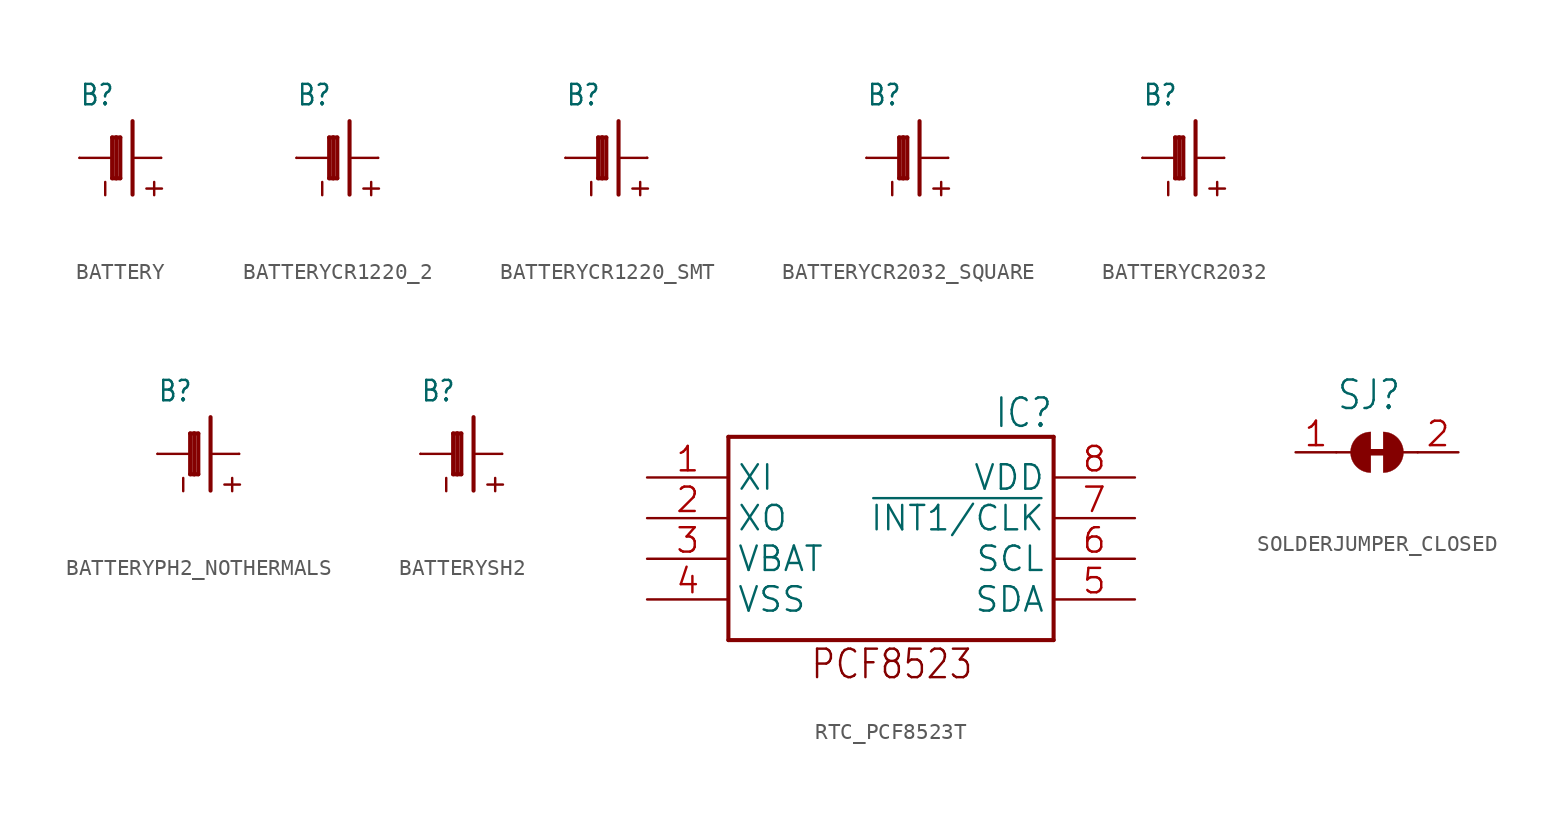
<source format=kicad_sym>
(kicad_symbol_lib
  (version 20241209)
  (generator "kicad_symbol_editor")
  (generator_version "9.0")
  (symbol "BATTERY"
    (property "Reference" "B"
      (at -2.54 3.175 0)
      (effects (font (size 1.27 1.079)) (justify left bottom)))
    (property "Value" ""
      (at -2.54 -5.08 0)
      (effects (font (size 1.27 1.079)) (justify left bottom)))
    (property "ki_locked" ""
      (at 0 0 0)
      (effects (font (size 1.27 1.27))))
    (symbol "BATTERY_1_0"
      (polyline (pts (xy -2.54 0) (xy -0.635 0)) (stroke (width 0.152) (type solid)) (fill (type none)))
      (polyline (pts (xy -0.508 1.27) (xy -0.254 1.27)) (stroke (width 0.254) (type solid)) (fill (type none)))
      (polyline (pts (xy -0.508 -1.27) (xy -0.508 1.27)) (stroke (width 0.254) (type solid)) (fill (type none)))
      (polyline (pts (xy -0.254 1.27) (xy -0.254 -1.27)) (stroke (width 0.254) (type solid)) (fill (type none)))
      (polyline (pts (xy -0.254 1.27) (xy 0 1.27)) (stroke (width 0.254) (type solid)) (fill (type none)))
      (polyline (pts (xy -0.254 -1.27) (xy -0.508 -1.27)) (stroke (width 0.254) (type solid)) (fill (type none)))
      (polyline (pts (xy 0 1.27) (xy 0 -1.27)) (stroke (width 0.254) (type solid)) (fill (type none)))
      (polyline (pts (xy 0 -1.27) (xy -0.254 -1.27)) (stroke (width 0.254) (type solid)) (fill (type none)))
      (polyline (pts (xy 0.762 2.286) (xy 0.762 -2.286)) (stroke (width 0.254) (type solid)) (fill (type none)))
      (polyline (pts (xy 0.889 0) (xy 2.54 0)) (stroke (width 0.152) (type solid)) (fill (type none)))
      (text "-" (at -1.778 -1.143 900) (effects (font (size 1.27 1.079)) (justify right top)))
      (text "+" (at 1.27 -1.143 900) (effects (font (size 1.27 1.079)) (justify right top)))
      (pin passive line (at -2.54 0 0) (length 0) (name "-" (effects (font (size 0 0)))) (number "1" (effects (font (size 0 0)))))
      (pin passive line (at 2.54 0 180) (length 0) (name "+" (effects (font (size 0 0)))) (number "2" (effects (font (size 0 0)))))))
  (symbol "BATTERYCR1220_2"
    (property "Reference" "B"
      (at -2.54 3.175 0)
      (effects (font (size 1.27 1.079)) (justify left bottom)))
    (property "Value" ""
      (at -2.54 -5.08 0)
      (effects (font (size 1.27 1.079)) (justify left bottom)))
    (property "ki_locked" ""
      (at 0 0 0)
      (effects (font (size 1.27 1.27))))
    (symbol "BATTERYCR1220_2_1_0"
      (polyline (pts (xy -2.54 0) (xy -0.635 0)) (stroke (width 0.152) (type solid)) (fill (type none)))
      (polyline (pts (xy -0.508 1.27) (xy -0.254 1.27)) (stroke (width 0.254) (type solid)) (fill (type none)))
      (polyline (pts (xy -0.508 -1.27) (xy -0.508 1.27)) (stroke (width 0.254) (type solid)) (fill (type none)))
      (polyline (pts (xy -0.254 1.27) (xy -0.254 -1.27)) (stroke (width 0.254) (type solid)) (fill (type none)))
      (polyline (pts (xy -0.254 1.27) (xy 0 1.27)) (stroke (width 0.254) (type solid)) (fill (type none)))
      (polyline (pts (xy -0.254 -1.27) (xy -0.508 -1.27)) (stroke (width 0.254) (type solid)) (fill (type none)))
      (polyline (pts (xy 0 1.27) (xy 0 -1.27)) (stroke (width 0.254) (type solid)) (fill (type none)))
      (polyline (pts (xy 0 -1.27) (xy -0.254 -1.27)) (stroke (width 0.254) (type solid)) (fill (type none)))
      (polyline (pts (xy 0.762 2.286) (xy 0.762 -2.286)) (stroke (width 0.254) (type solid)) (fill (type none)))
      (polyline (pts (xy 0.889 0) (xy 2.54 0)) (stroke (width 0.152) (type solid)) (fill (type none)))
      (text "-" (at -1.778 -1.143 900) (effects (font (size 1.27 1.079)) (justify right top)))
      (text "+" (at 1.27 -1.143 900) (effects (font (size 1.27 1.079)) (justify right top)))
      (pin passive line (at -2.54 0 0) (length 0) (name "-" (effects (font (size 0 0)))) (number "-" (effects (font (size 0 0)))))
      (pin passive line (at 2.54 0 180) (length 0) (name "+" (effects (font (size 0 0)))) (number "+" (effects (font (size 0 0)))))))
  (symbol "BATTERYCR1220_SMT"
    (property "Reference" "B"
      (at -2.54 3.175 0)
      (effects (font (size 1.27 1.079)) (justify left bottom)))
    (property "Value" ""
      (at -2.54 -5.08 0)
      (effects (font (size 1.27 1.079)) (justify left bottom)))
    (property "ki_locked" ""
      (at 0 0 0)
      (effects (font (size 1.27 1.27))))
    (symbol "BATTERYCR1220_SMT_1_0"
      (polyline (pts (xy -2.54 0) (xy -0.635 0)) (stroke (width 0.152) (type solid)) (fill (type none)))
      (polyline (pts (xy -0.508 1.27) (xy -0.254 1.27)) (stroke (width 0.254) (type solid)) (fill (type none)))
      (polyline (pts (xy -0.508 -1.27) (xy -0.508 1.27)) (stroke (width 0.254) (type solid)) (fill (type none)))
      (polyline (pts (xy -0.254 1.27) (xy -0.254 -1.27)) (stroke (width 0.254) (type solid)) (fill (type none)))
      (polyline (pts (xy -0.254 1.27) (xy 0 1.27)) (stroke (width 0.254) (type solid)) (fill (type none)))
      (polyline (pts (xy -0.254 -1.27) (xy -0.508 -1.27)) (stroke (width 0.254) (type solid)) (fill (type none)))
      (polyline (pts (xy 0 1.27) (xy 0 -1.27)) (stroke (width 0.254) (type solid)) (fill (type none)))
      (polyline (pts (xy 0 -1.27) (xy -0.254 -1.27)) (stroke (width 0.254) (type solid)) (fill (type none)))
      (polyline (pts (xy 0.762 2.286) (xy 0.762 -2.286)) (stroke (width 0.254) (type solid)) (fill (type none)))
      (polyline (pts (xy 0.889 0) (xy 2.54 0)) (stroke (width 0.152) (type solid)) (fill (type none)))
      (text "-" (at -1.778 -1.143 900) (effects (font (size 1.27 1.079)) (justify right top)))
      (text "+" (at 1.27 -1.143 900) (effects (font (size 1.27 1.079)) (justify right top)))
      (pin passive line (at -2.54 0 0) (length 0) (name "-" (effects (font (size 0 0)))) (number "-" (effects (font (size 0 0)))))
      (pin passive line (at 2.54 0 180) (length 0) (name "+" (effects (font (size 0 0)))) (number "+$1" (effects (font (size 0 0)))))
      (pin passive line (at 2.54 0 180) (length 0) (name "+" (effects (font (size 0 0)))) (number "+$2" (effects (font (size 0 0)))))))
  (symbol "BATTERYCR2032_SQUARE"
    (property "Reference" "B"
      (at -2.54 3.175 0)
      (effects (font (size 1.27 1.079)) (justify left bottom)))
    (property "Value" ""
      (at -2.54 -5.08 0)
      (effects (font (size 1.27 1.079)) (justify left bottom)))
    (property "ki_locked" ""
      (at 0 0 0)
      (effects (font (size 1.27 1.27))))
    (symbol "BATTERYCR2032_SQUARE_1_0"
      (polyline (pts (xy -2.54 0) (xy -0.635 0)) (stroke (width 0.152) (type solid)) (fill (type none)))
      (polyline (pts (xy -0.508 1.27) (xy -0.254 1.27)) (stroke (width 0.254) (type solid)) (fill (type none)))
      (polyline (pts (xy -0.508 -1.27) (xy -0.508 1.27)) (stroke (width 0.254) (type solid)) (fill (type none)))
      (polyline (pts (xy -0.254 1.27) (xy -0.254 -1.27)) (stroke (width 0.254) (type solid)) (fill (type none)))
      (polyline (pts (xy -0.254 1.27) (xy 0 1.27)) (stroke (width 0.254) (type solid)) (fill (type none)))
      (polyline (pts (xy -0.254 -1.27) (xy -0.508 -1.27)) (stroke (width 0.254) (type solid)) (fill (type none)))
      (polyline (pts (xy 0 1.27) (xy 0 -1.27)) (stroke (width 0.254) (type solid)) (fill (type none)))
      (polyline (pts (xy 0 -1.27) (xy -0.254 -1.27)) (stroke (width 0.254) (type solid)) (fill (type none)))
      (polyline (pts (xy 0.762 2.286) (xy 0.762 -2.286)) (stroke (width 0.254) (type solid)) (fill (type none)))
      (polyline (pts (xy 0.889 0) (xy 2.54 0)) (stroke (width 0.152) (type solid)) (fill (type none)))
      (text "-" (at -1.778 -1.143 900) (effects (font (size 1.27 1.079)) (justify right top)))
      (text "+" (at 1.27 -1.143 900) (effects (font (size 1.27 1.079)) (justify right top)))
      (pin passive line (at -2.54 0 0) (length 0) (name "-" (effects (font (size 0 0)))) (number "NEG" (effects (font (size 0 0)))))
      (pin passive line (at 2.54 0 180) (length 0) (name "+" (effects (font (size 0 0)))) (number "POS" (effects (font (size 0 0)))))))
  (symbol "BATTERYCR2032"
    (property "Reference" "B"
      (at -2.54 3.175 0)
      (effects (font (size 1.27 1.079)) (justify left bottom)))
    (property "Value" ""
      (at -2.54 -5.08 0)
      (effects (font (size 1.27 1.079)) (justify left bottom)))
    (property "ki_locked" ""
      (at 0 0 0)
      (effects (font (size 1.27 1.27))))
    (symbol "BATTERYCR2032_1_0"
      (polyline (pts (xy -2.54 0) (xy -0.635 0)) (stroke (width 0.152) (type solid)) (fill (type none)))
      (polyline (pts (xy -0.508 1.27) (xy -0.254 1.27)) (stroke (width 0.254) (type solid)) (fill (type none)))
      (polyline (pts (xy -0.508 -1.27) (xy -0.508 1.27)) (stroke (width 0.254) (type solid)) (fill (type none)))
      (polyline (pts (xy -0.254 1.27) (xy -0.254 -1.27)) (stroke (width 0.254) (type solid)) (fill (type none)))
      (polyline (pts (xy -0.254 1.27) (xy 0 1.27)) (stroke (width 0.254) (type solid)) (fill (type none)))
      (polyline (pts (xy -0.254 -1.27) (xy -0.508 -1.27)) (stroke (width 0.254) (type solid)) (fill (type none)))
      (polyline (pts (xy 0 1.27) (xy 0 -1.27)) (stroke (width 0.254) (type solid)) (fill (type none)))
      (polyline (pts (xy 0 -1.27) (xy -0.254 -1.27)) (stroke (width 0.254) (type solid)) (fill (type none)))
      (polyline (pts (xy 0.762 2.286) (xy 0.762 -2.286)) (stroke (width 0.254) (type solid)) (fill (type none)))
      (polyline (pts (xy 0.889 0) (xy 2.54 0)) (stroke (width 0.152) (type solid)) (fill (type none)))
      (text "-" (at -1.778 -1.143 900) (effects (font (size 1.27 1.079)) (justify right top)))
      (text "+" (at 1.27 -1.143 900) (effects (font (size 1.27 1.079)) (justify right top)))
      (pin passive line (at -2.54 0 0) (length 0) (name "-" (effects (font (size 0 0)))) (number "-" (effects (font (size 0 0)))))
      (pin passive line (at 2.54 0 180) (length 0) (name "+" (effects (font (size 0 0)))) (number "+" (effects (font (size 0 0)))))))
  (symbol "BATTERYPH2_NOTHERMALS"
    (property "Reference" "B"
      (at -2.54 3.175 0)
      (effects (font (size 1.27 1.079)) (justify left bottom)))
    (property "Value" ""
      (at -2.54 -5.08 0)
      (effects (font (size 1.27 1.079)) (justify left bottom)))
    (property "ki_locked" ""
      (at 0 0 0)
      (effects (font (size 1.27 1.27))))
    (symbol "BATTERYPH2_NOTHERMALS_1_0"
      (polyline (pts (xy -2.54 0) (xy -0.635 0)) (stroke (width 0.152) (type solid)) (fill (type none)))
      (polyline (pts (xy -0.508 1.27) (xy -0.254 1.27)) (stroke (width 0.254) (type solid)) (fill (type none)))
      (polyline (pts (xy -0.508 -1.27) (xy -0.508 1.27)) (stroke (width 0.254) (type solid)) (fill (type none)))
      (polyline (pts (xy -0.254 1.27) (xy -0.254 -1.27)) (stroke (width 0.254) (type solid)) (fill (type none)))
      (polyline (pts (xy -0.254 1.27) (xy 0 1.27)) (stroke (width 0.254) (type solid)) (fill (type none)))
      (polyline (pts (xy -0.254 -1.27) (xy -0.508 -1.27)) (stroke (width 0.254) (type solid)) (fill (type none)))
      (polyline (pts (xy 0 1.27) (xy 0 -1.27)) (stroke (width 0.254) (type solid)) (fill (type none)))
      (polyline (pts (xy 0 -1.27) (xy -0.254 -1.27)) (stroke (width 0.254) (type solid)) (fill (type none)))
      (polyline (pts (xy 0.762 2.286) (xy 0.762 -2.286)) (stroke (width 0.254) (type solid)) (fill (type none)))
      (polyline (pts (xy 0.889 0) (xy 2.54 0)) (stroke (width 0.152) (type solid)) (fill (type none)))
      (text "-" (at -1.778 -1.143 900) (effects (font (size 1.27 1.079)) (justify right top)))
      (text "+" (at 1.27 -1.143 900) (effects (font (size 1.27 1.079)) (justify right top)))
      (pin passive line (at -2.54 0 0) (length 0) (name "-" (effects (font (size 0 0)))) (number "1" (effects (font (size 0 0)))))
      (pin passive line (at 2.54 0 180) (length 0) (name "+" (effects (font (size 0 0)))) (number "2" (effects (font (size 0 0)))))))
  (symbol "BATTERYSH2"
    (property "Reference" "B"
      (at -2.54 3.175 0)
      (effects (font (size 1.27 1.079)) (justify left bottom)))
    (property "Value" ""
      (at -2.54 -5.08 0)
      (effects (font (size 1.27 1.079)) (justify left bottom)))
    (property "ki_locked" ""
      (at 0 0 0)
      (effects (font (size 1.27 1.27))))
    (symbol "BATTERYSH2_1_0"
      (polyline (pts (xy -2.54 0) (xy -0.635 0)) (stroke (width 0.152) (type solid)) (fill (type none)))
      (polyline (pts (xy -0.508 1.27) (xy -0.254 1.27)) (stroke (width 0.254) (type solid)) (fill (type none)))
      (polyline (pts (xy -0.508 -1.27) (xy -0.508 1.27)) (stroke (width 0.254) (type solid)) (fill (type none)))
      (polyline (pts (xy -0.254 1.27) (xy -0.254 -1.27)) (stroke (width 0.254) (type solid)) (fill (type none)))
      (polyline (pts (xy -0.254 1.27) (xy 0 1.27)) (stroke (width 0.254) (type solid)) (fill (type none)))
      (polyline (pts (xy -0.254 -1.27) (xy -0.508 -1.27)) (stroke (width 0.254) (type solid)) (fill (type none)))
      (polyline (pts (xy 0 1.27) (xy 0 -1.27)) (stroke (width 0.254) (type solid)) (fill (type none)))
      (polyline (pts (xy 0 -1.27) (xy -0.254 -1.27)) (stroke (width 0.254) (type solid)) (fill (type none)))
      (polyline (pts (xy 0.762 2.286) (xy 0.762 -2.286)) (stroke (width 0.254) (type solid)) (fill (type none)))
      (polyline (pts (xy 0.889 0) (xy 2.54 0)) (stroke (width 0.152) (type solid)) (fill (type none)))
      (text "-" (at -1.778 -1.143 900) (effects (font (size 1.27 1.079)) (justify right top)))
      (text "+" (at 1.27 -1.143 900) (effects (font (size 1.27 1.079)) (justify right top)))
      (pin passive line (at -2.54 0 0) (length 0) (name "-" (effects (font (size 0 0)))) (number "1" (effects (font (size 0 0)))))
      (pin passive line (at 2.54 0 180) (length 0) (name "+" (effects (font (size 0 0)))) (number "2" (effects (font (size 0 0)))))))
  (symbol "RTC_PCF8523T"
    (property "Reference" "IC"
      (at 10.16 7.62 0)
      (effects (font (size 1.778 1.511)) (justify right top)))
    (property "ki_locked" ""
      (at 0 0 0)
      (effects (font (size 1.27 1.27))))
    (symbol "RTC_PCF8523T_1_0"
      (polyline (pts (xy -10.16 5.08) (xy 10.16 5.08)) (stroke (width 0.254) (type solid)) (fill (type none)))
      (polyline (pts (xy -10.16 -7.62) (xy -10.16 5.08)) (stroke (width 0.254) (type solid)) (fill (type none)))
      (polyline (pts (xy 10.16 5.08) (xy 10.16 -7.62)) (stroke (width 0.254) (type solid)) (fill (type none)))
      (polyline (pts (xy 10.16 -7.62) (xy -10.16 -7.62)) (stroke (width 0.254) (type solid)) (fill (type none)))
      (text "PCF8523" (at -5.08 -10.16 0) (effects (font (size 1.778 1.511)) (justify left bottom)))
      (pin input line (at -15.24 2.54 0) (length 5.08) (name "XI" (effects (font (size 1.524 1.524)))) (number "1" (effects (font (size 1.524 1.524)))))
      (pin output line (at -15.24 0 0) (length 5.08) (name "XO" (effects (font (size 1.524 1.524)))) (number "2" (effects (font (size 1.524 1.524)))))
      (pin power_in line (at -15.24 -2.54 0) (length 5.08) (name "VBAT" (effects (font (size 1.524 1.524)))) (number "3" (effects (font (size 1.524 1.524)))))
      (pin power_in line (at -15.24 -5.08 0) (length 5.08) (name "VSS" (effects (font (size 1.524 1.524)))) (number "4" (effects (font (size 1.524 1.524)))))
      (pin power_in line (at 15.24 2.54 180) (length 5.08) (name "VDD" (effects (font (size 1.524 1.524)))) (number "8" (effects (font (size 1.524 1.524)))))
      (pin output line (at 15.24 0 180) (length 5.08) (name "~{INT1/CLK}" (effects (font (size 1.524 1.524)))) (number "7" (effects (font (size 1.524 1.524)))))
      (pin bidirectional line (at 15.24 -2.54 180) (length 5.08) (name "SCL" (effects (font (size 1.524 1.524)))) (number "6" (effects (font (size 1.524 1.524)))))
      (pin bidirectional line (at 15.24 -5.08 180) (length 5.08) (name "SDA" (effects (font (size 1.524 1.524)))) (number "5" (effects (font (size 1.524 1.524)))))))
  (symbol "SOLDERJUMPER_CLOSED"
    (property "Reference" "SJ"
      (at -2.54 2.54 0)
      (effects (font (size 1.778 1.511)) (justify left bottom)))
    (property "Value" ""
      (at -2.54 -3.81 0)
      (effects (font (size 1.778 1.511)) (justify left bottom)))
    (property "ki_locked" ""
      (at 0 0 0)
      (effects (font (size 1.27 1.27))))
    (symbol "SOLDERJUMPER_CLOSED_1_0"
      (polyline (pts (xy -2.54 0) (xy -1.651 0)) (stroke (width 0.152) (type solid)) (fill (type none)))
      (polyline (pts (xy -0.635 0) (xy 0.635 0)) (stroke (width 0.406) (type solid)) (fill (type none)))
      (arc (start -0.381 -1.27) (mid -1.651 0) (end -0.381 1.27) (stroke (width 0.0001) (type solid)) (fill (type outline)))
      (arc (start 0.381 1.27) (mid 1.651 0) (end 0.381 -1.27) (stroke (width 0.0001) (type solid)) (fill (type outline)))
      (polyline (pts (xy 2.54 0) (xy 1.651 0)) (stroke (width 0.152) (type solid)) (fill (type none)))
      (pin passive line (at -5.08 0 0) (length 2.54) (name "1" (effects (font (size 0 0)))) (number "1" (effects (font (size 1.524 1.524)))))
      (pin passive line (at 5.08 0 180) (length 2.54) (name "2" (effects (font (size 0 0)))) (number "2" (effects (font (size 1.524 1.524))))))))
</source>
